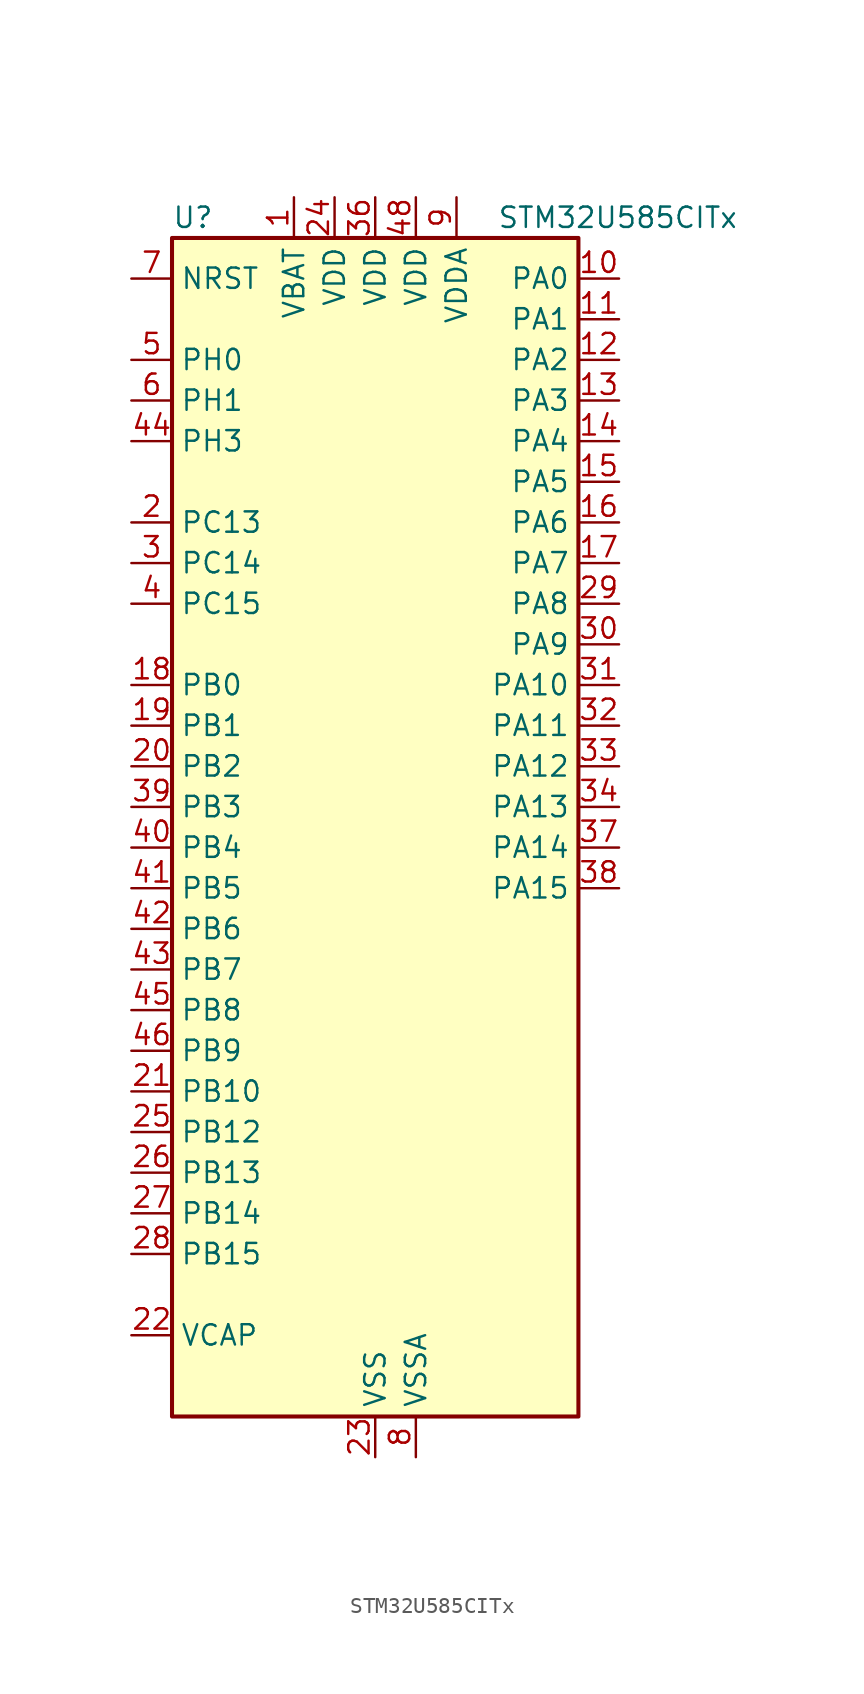
<source format=kicad_sym>
(kicad_symbol_lib
  (version 20220914)
  (generator kicad_symbol_editor)
  (symbol "STM32U585CITx"
    (property "Reference" "U"
      (at -12.7 39.37 0)
      (effects (font (size 1.27 1.27)) (justify left)))
    (property "Value" "STM32U585CITx"
      (at 7.62 39.37 0)
      (effects (font (size 1.27 1.27)) (justify left)))
    (property "ki_locked" ""
      (at 0 0 0)
      (effects (font (size 1.27 1.27))))
    (symbol "STM32U585CITx_0_1"
      (rectangle (start -12.7 -35.56) (end 12.7 38.1) (stroke (width 0.254) (type default)) (fill (type background))))
    (symbol "STM32U585CITx_1_1"
      (pin power_in line (at -5.08 40.64 270) (length 2.54) (name "VBAT" (effects (font (size 1.27 1.27)))) (number "1" (effects (font (size 1.27 1.27)))))
      (pin bidirectional line (at 15.24 35.56 180) (length 2.54) (name "PA0" (effects (font (size 1.27 1.27)))) (number "10" (effects (font (size 1.27 1.27)))) (alternate "ADC1_IN5" bidirectional line) (alternate "AUDIOCLK" bidirectional line) (alternate "OCTOSPIM_P2_NCS" bidirectional line) (alternate "OPAMP1_VINP" bidirectional line) (alternate "PWR_WKUP1" bidirectional line) (alternate "SPI3_RDY" bidirectional line) (alternate "TAMP_IN2" bidirectional line) (alternate "TAMP_OUT1" bidirectional line) (alternate "TIM2_CH1" bidirectional line) (alternate "TIM2_ETR" bidirectional line) (alternate "TIM5_CH1" bidirectional line) (alternate "TIM8_ETR" bidirectional line) (alternate "UART4_TX" bidirectional line) (alternate "USART2_CTS" bidirectional line))
      (pin bidirectional line (at 15.24 33.02 180) (length 2.54) (name "PA1" (effects (font (size 1.27 1.27)))) (number "11" (effects (font (size 1.27 1.27)))) (alternate "ADC1_IN6" bidirectional line) (alternate "I2C1_SMBA" bidirectional line) (alternate "LPTIM1_CH2" bidirectional line) (alternate "OCTOSPIM_P1_DQS" bidirectional line) (alternate "OPAMP1_VINM" bidirectional line) (alternate "PWR_WKUP3" bidirectional line) (alternate "SPI1_SCK" bidirectional line) (alternate "TAMP_IN5" bidirectional line) (alternate "TAMP_OUT4" bidirectional line) (alternate "TIM15_CH1N" bidirectional line) (alternate "TIM2_CH2" bidirectional line) (alternate "TIM5_CH2" bidirectional line) (alternate "UART4_RX" bidirectional line) (alternate "USART2_DE" bidirectional line) (alternate "USART2_RTS" bidirectional line))
      (pin bidirectional line (at 15.24 30.48 180) (length 2.54) (name "PA2" (effects (font (size 1.27 1.27)))) (number "12" (effects (font (size 1.27 1.27)))) (alternate "ADC1_IN7" bidirectional line) (alternate "COMP1_INP" bidirectional line) (alternate "LPUART1_TX" bidirectional line) (alternate "OCTOSPIM_P1_NCS" bidirectional line) (alternate "PWR_WKUP4" bidirectional line) (alternate "RCC_LSCO" bidirectional line) (alternate "SPI1_RDY" bidirectional line) (alternate "TIM15_CH1" bidirectional line) (alternate "TIM2_CH3" bidirectional line) (alternate "TIM5_CH3" bidirectional line) (alternate "UCPD1_FRSTX1" bidirectional line) (alternate "USART2_TX" bidirectional line))
      (pin bidirectional line (at 15.24 27.94 180) (length 2.54) (name "PA3" (effects (font (size 1.27 1.27)))) (number "13" (effects (font (size 1.27 1.27)))) (alternate "ADC1_IN8" bidirectional line) (alternate "LPUART1_RX" bidirectional line) (alternate "OCTOSPIM_P1_CLK" bidirectional line) (alternate "OPAMP1_VOUT" bidirectional line) (alternate "PWR_WKUP5" bidirectional line) (alternate "SAI1_CK1" bidirectional line) (alternate "SAI1_MCLK_A" bidirectional line) (alternate "TIM15_CH2" bidirectional line) (alternate "TIM2_CH4" bidirectional line) (alternate "TIM5_CH4" bidirectional line) (alternate "USART2_RX" bidirectional line))
      (pin bidirectional line (at 15.24 25.4 180) (length 2.54) (name "PA4" (effects (font (size 1.27 1.27)))) (number "14" (effects (font (size 1.27 1.27)))) (alternate "ADC1_IN9" bidirectional line) (alternate "ADC4_IN9" bidirectional line) (alternate "DAC1_OUT1" bidirectional line) (alternate "LPTIM2_CH1" bidirectional line) (alternate "OCTOSPIM_P1_NCS" bidirectional line) (alternate "PWR_WKUP2" bidirectional line) (alternate "SAI1_FS_B" bidirectional line) (alternate "SPI1_NSS" bidirectional line) (alternate "SPI3_NSS" bidirectional line) (alternate "USART2_CK" bidirectional line))
      (pin bidirectional line (at 15.24 22.86 180) (length 2.54) (name "PA5" (effects (font (size 1.27 1.27)))) (number "15" (effects (font (size 1.27 1.27)))) (alternate "ADC1_IN10" bidirectional line) (alternate "ADC4_IN10" bidirectional line) (alternate "DAC1_OUT2" bidirectional line) (alternate "LPTIM2_ETR" bidirectional line) (alternate "PWR_CSLEEP" bidirectional line) (alternate "PWR_WKUP6" bidirectional line) (alternate "SPI1_SCK" bidirectional line) (alternate "TIM2_CH1" bidirectional line) (alternate "TIM2_ETR" bidirectional line) (alternate "TIM8_CH1N" bidirectional line) (alternate "USART3_RX" bidirectional line))
      (pin bidirectional line (at 15.24 20.32 180) (length 2.54) (name "PA6" (effects (font (size 1.27 1.27)))) (number "16" (effects (font (size 1.27 1.27)))) (alternate "ADC1_IN11" bidirectional line) (alternate "ADC4_IN11" bidirectional line) (alternate "LPUART1_CTS" bidirectional line) (alternate "OCTOSPIM_P1_IO3" bidirectional line) (alternate "OPAMP2_VINP" bidirectional line) (alternate "PWR_CDSTOP" bidirectional line) (alternate "PWR_WKUP7" bidirectional line) (alternate "SPI1_MISO" bidirectional line) (alternate "TIM16_CH1" bidirectional line) (alternate "TIM1_BKIN" bidirectional line) (alternate "TIM3_CH1" bidirectional line) (alternate "TIM8_BKIN" bidirectional line) (alternate "USART3_CTS" bidirectional line))
      (pin bidirectional line (at 15.24 17.78 180) (length 2.54) (name "PA7" (effects (font (size 1.27 1.27)))) (number "17" (effects (font (size 1.27 1.27)))) (alternate "ADC1_IN12" bidirectional line) (alternate "ADC4_IN20" bidirectional line) (alternate "I2C3_SCL" bidirectional line) (alternate "LPTIM2_CH2" bidirectional line) (alternate "OCTOSPIM_P1_IO2" bidirectional line) (alternate "OPAMP2_VINM" bidirectional line) (alternate "PWR_SRDSTOP" bidirectional line) (alternate "PWR_WKUP8" bidirectional line) (alternate "SPI1_MOSI" bidirectional line) (alternate "TIM17_CH1" bidirectional line) (alternate "TIM1_CH1N" bidirectional line) (alternate "TIM3_CH2" bidirectional line) (alternate "TIM8_CH1N" bidirectional line) (alternate "USART3_TX" bidirectional line))
      (pin bidirectional line (at -15.24 10.16 0) (length 2.54) (name "PB0" (effects (font (size 1.27 1.27)))) (number "18" (effects (font (size 1.27 1.27)))) (alternate "ADC1_IN15" bidirectional line) (alternate "ADC4_IN18" bidirectional line) (alternate "AUDIOCLK" bidirectional line) (alternate "COMP1_OUT" bidirectional line) (alternate "LPTIM3_CH1" bidirectional line) (alternate "OCTOSPIM_P1_IO1" bidirectional line) (alternate "OPAMP2_VOUT" bidirectional line) (alternate "SPI1_NSS" bidirectional line) (alternate "TIM1_CH2N" bidirectional line) (alternate "TIM3_CH3" bidirectional line) (alternate "TIM8_CH2N" bidirectional line) (alternate "USART3_CK" bidirectional line))
      (pin bidirectional line (at -15.24 7.62 0) (length 2.54) (name "PB1" (effects (font (size 1.27 1.27)))) (number "19" (effects (font (size 1.27 1.27)))) (alternate "ADC1_IN16" bidirectional line) (alternate "ADC4_IN19" bidirectional line) (alternate "COMP1_INM" bidirectional line) (alternate "LPTIM2_IN1" bidirectional line) (alternate "LPTIM3_CH2" bidirectional line) (alternate "LPUART1_DE" bidirectional line) (alternate "LPUART1_RTS" bidirectional line) (alternate "MDF1_SDI0" bidirectional line) (alternate "OCTOSPIM_P1_IO0" bidirectional line) (alternate "PWR_WKUP4" bidirectional line) (alternate "TIM1_CH3N" bidirectional line) (alternate "TIM3_CH4" bidirectional line) (alternate "TIM8_CH3N" bidirectional line) (alternate "USART3_DE" bidirectional line) (alternate "USART3_RTS" bidirectional line))
      (pin bidirectional line (at -15.24 20.32 0) (length 2.54) (name "PC13" (effects (font (size 1.27 1.27)))) (number "2" (effects (font (size 1.27 1.27)))) (alternate "PWR_WKUP2" bidirectional line) (alternate "RTC_OUT1" bidirectional line) (alternate "RTC_TS" bidirectional line) (alternate "TAMP_IN1" bidirectional line) (alternate "TAMP_OUT2" bidirectional line))
      (pin bidirectional line (at -15.24 5.08 0) (length 2.54) (name "PB2" (effects (font (size 1.27 1.27)))) (number "20" (effects (font (size 1.27 1.27)))) (alternate "ADC1_IN17" bidirectional line) (alternate "COMP1_INP" bidirectional line) (alternate "I2C3_SMBA" bidirectional line) (alternate "LPTIM1_CH1" bidirectional line) (alternate "MDF1_CKI0" bidirectional line) (alternate "OCTOSPIM_P1_DQS" bidirectional line) (alternate "PWR_WKUP1" bidirectional line) (alternate "RTC_OUT2" bidirectional line) (alternate "SPI1_RDY" bidirectional line) (alternate "TIM8_CH4N" bidirectional line) (alternate "UCPD1_FRSTX1" bidirectional line))
      (pin bidirectional line (at -15.24 -15.24 0) (length 2.54) (name "PB10" (effects (font (size 1.27 1.27)))) (number "21" (effects (font (size 1.27 1.27)))) (alternate "COMP1_OUT" bidirectional line) (alternate "I2C2_SCL" bidirectional line) (alternate "I2C4_SCL" bidirectional line) (alternate "LPTIM3_CH1" bidirectional line) (alternate "LPUART1_RX" bidirectional line) (alternate "OCTOSPIM_P1_CLK" bidirectional line) (alternate "PWR_WKUP8" bidirectional line) (alternate "SAI1_SCK_A" bidirectional line) (alternate "SPI2_SCK" bidirectional line) (alternate "TIM2_CH3" bidirectional line) (alternate "TSC_SYNC" bidirectional line) (alternate "USART3_TX" bidirectional line))
      (pin power_out line (at -15.24 -30.48 0) (length 2.54) (name "VCAP" (effects (font (size 1.27 1.27)))) (number "22" (effects (font (size 1.27 1.27)))))
      (pin power_in line (at 0 -38.1 90) (length 2.54) (name "VSS" (effects (font (size 1.27 1.27)))) (number "23" (effects (font (size 1.27 1.27)))))
      (pin power_in line (at -2.54 40.64 270) (length 2.54) (name "VDD" (effects (font (size 1.27 1.27)))) (number "24" (effects (font (size 1.27 1.27)))))
      (pin bidirectional line (at -15.24 -17.78 0) (length 2.54) (name "PB12" (effects (font (size 1.27 1.27)))) (number "25" (effects (font (size 1.27 1.27)))) (alternate "I2C2_SMBA" bidirectional line) (alternate "LPUART1_DE" bidirectional line) (alternate "LPUART1_RTS" bidirectional line) (alternate "MDF1_SDI1" bidirectional line) (alternate "OCTOSPIM_P1_NCLK" bidirectional line) (alternate "SPI2_NSS" bidirectional line) (alternate "TIM15_BKIN" bidirectional line) (alternate "TIM1_BKIN" bidirectional line) (alternate "TSC_G1_IO1" bidirectional line) (alternate "USART3_CK" bidirectional line))
      (pin bidirectional line (at -15.24 -20.32 0) (length 2.54) (name "PB13" (effects (font (size 1.27 1.27)))) (number "26" (effects (font (size 1.27 1.27)))) (alternate "I2C2_SCL" bidirectional line) (alternate "LPTIM3_IN1" bidirectional line) (alternate "LPUART1_CTS" bidirectional line) (alternate "MDF1_CKI1" bidirectional line) (alternate "SPI2_SCK" bidirectional line) (alternate "TIM15_CH1N" bidirectional line) (alternate "TIM1_CH1N" bidirectional line) (alternate "TSC_G1_IO2" bidirectional line) (alternate "USART3_CTS" bidirectional line))
      (pin bidirectional line (at -15.24 -22.86 0) (length 2.54) (name "PB14" (effects (font (size 1.27 1.27)))) (number "27" (effects (font (size 1.27 1.27)))) (alternate "I2C2_SDA" bidirectional line) (alternate "LPTIM3_ETR" bidirectional line) (alternate "MDF1_SDI2" bidirectional line) (alternate "SPI2_MISO" bidirectional line) (alternate "TIM15_CH1" bidirectional line) (alternate "TIM1_CH2N" bidirectional line) (alternate "TIM8_CH2N" bidirectional line) (alternate "TSC_G1_IO3" bidirectional line) (alternate "UCPD1_DBCC2" bidirectional line) (alternate "USART3_DE" bidirectional line) (alternate "USART3_RTS" bidirectional line))
      (pin bidirectional line (at -15.24 -25.4 0) (length 2.54) (name "PB15" (effects (font (size 1.27 1.27)))) (number "28" (effects (font (size 1.27 1.27)))) (alternate "ADC1_EXTI15" bidirectional line) (alternate "ADC4_EXTI15" bidirectional line) (alternate "LPTIM2_IN2" bidirectional line) (alternate "MDF1_CKI2" bidirectional line) (alternate "PWR_WKUP7" bidirectional line) (alternate "RTC_REFIN" bidirectional line) (alternate "SPI2_MOSI" bidirectional line) (alternate "TIM15_CH2" bidirectional line) (alternate "TIM1_CH3N" bidirectional line) (alternate "TIM8_CH3N" bidirectional line) (alternate "UCPD1_CC2" bidirectional line))
      (pin bidirectional line (at 15.24 15.24 180) (length 2.54) (name "PA8" (effects (font (size 1.27 1.27)))) (number "29" (effects (font (size 1.27 1.27)))) (alternate "DEBUG_TRACECLK" bidirectional line) (alternate "LPTIM2_CH1" bidirectional line) (alternate "RCC_MCO" bidirectional line) (alternate "SAI1_CK2" bidirectional line) (alternate "SAI1_SCK_A" bidirectional line) (alternate "SPI1_RDY" bidirectional line) (alternate "TIM1_CH1" bidirectional line) (alternate "USART1_CK" bidirectional line) (alternate "USB_OTG_FS_SOF" bidirectional line))
      (pin bidirectional line (at -15.24 17.78 0) (length 2.54) (name "PC14" (effects (font (size 1.27 1.27)))) (number "3" (effects (font (size 1.27 1.27)))) (alternate "RCC_OSC32_IN" bidirectional line))
      (pin bidirectional line (at 15.24 12.7 180) (length 2.54) (name "PA9" (effects (font (size 1.27 1.27)))) (number "30" (effects (font (size 1.27 1.27)))) (alternate "DAC1_EXTI9" bidirectional line) (alternate "SAI1_FS_A" bidirectional line) (alternate "SPI2_SCK" bidirectional line) (alternate "TIM15_BKIN" bidirectional line) (alternate "TIM1_CH2" bidirectional line) (alternate "USART1_TX" bidirectional line) (alternate "USB_OTG_FS_VBUS" bidirectional line))
      (pin bidirectional line (at 15.24 10.16 180) (length 2.54) (name "PA10" (effects (font (size 1.27 1.27)))) (number "31" (effects (font (size 1.27 1.27)))) (alternate "CRS_SYNC" bidirectional line) (alternate "LPTIM2_IN2" bidirectional line) (alternate "SAI1_D1" bidirectional line) (alternate "SAI1_SD_A" bidirectional line) (alternate "TIM17_BKIN" bidirectional line) (alternate "TIM1_CH3" bidirectional line) (alternate "USART1_RX" bidirectional line) (alternate "USB_OTG_FS_ID" bidirectional line))
      (pin bidirectional line (at 15.24 7.62 180) (length 2.54) (name "PA11" (effects (font (size 1.27 1.27)))) (number "32" (effects (font (size 1.27 1.27)))) (alternate "ADC1_EXTI11" bidirectional line) (alternate "FDCAN1_RX" bidirectional line) (alternate "SPI1_MISO" bidirectional line) (alternate "TIM1_BKIN2" bidirectional line) (alternate "TIM1_CH4" bidirectional line) (alternate "USART1_CTS" bidirectional line) (alternate "USB_OTG_FS_DM" bidirectional line))
      (pin bidirectional line (at 15.24 5.08 180) (length 2.54) (name "PA12" (effects (font (size 1.27 1.27)))) (number "33" (effects (font (size 1.27 1.27)))) (alternate "FDCAN1_TX" bidirectional line) (alternate "OCTOSPIM_P2_NCS" bidirectional line) (alternate "SPI1_MOSI" bidirectional line) (alternate "TIM1_ETR" bidirectional line) (alternate "USART1_DE" bidirectional line) (alternate "USART1_RTS" bidirectional line) (alternate "USB_OTG_FS_DP" bidirectional line))
      (pin bidirectional line (at 15.24 2.54 180) (length 2.54) (name "PA13" (effects (font (size 1.27 1.27)))) (number "34" (effects (font (size 1.27 1.27)))) (alternate "DEBUG_JTMS-SWDIO" bidirectional line) (alternate "IR_OUT" bidirectional line) (alternate "SAI1_SD_B" bidirectional line) (alternate "USB_OTG_FS_NOE" bidirectional line))
      (pin passive line (at 0 -38.1 90) (length 2.54) hide (name "VSS" (effects (font (size 1.27 1.27)))) (number "35" (effects (font (size 1.27 1.27)))))
      (pin power_in line (at 0 40.64 270) (length 2.54) (name "VDD" (effects (font (size 1.27 1.27)))) (number "36" (effects (font (size 1.27 1.27)))))
      (pin bidirectional line (at 15.24 0 180) (length 2.54) (name "PA14" (effects (font (size 1.27 1.27)))) (number "37" (effects (font (size 1.27 1.27)))) (alternate "DEBUG_JTCK-SWCLK" bidirectional line) (alternate "I2C1_SMBA" bidirectional line) (alternate "I2C4_SMBA" bidirectional line) (alternate "LPTIM1_CH1" bidirectional line) (alternate "SAI1_FS_B" bidirectional line) (alternate "USB_OTG_FS_SOF" bidirectional line))
      (pin bidirectional line (at 15.24 -2.54 180) (length 2.54) (name "PA15" (effects (font (size 1.27 1.27)))) (number "38" (effects (font (size 1.27 1.27)))) (alternate "ADC1_EXTI15" bidirectional line) (alternate "ADC4_EXTI15" bidirectional line) (alternate "DEBUG_JTDI" bidirectional line) (alternate "SPI1_NSS" bidirectional line) (alternate "SPI3_NSS" bidirectional line) (alternate "TIM2_CH1" bidirectional line) (alternate "TIM2_ETR" bidirectional line) (alternate "UART4_DE" bidirectional line) (alternate "UART4_RTS" bidirectional line) (alternate "UCPD1_CC1" bidirectional line) (alternate "USART2_RX" bidirectional line) (alternate "USART3_DE" bidirectional line) (alternate "USART3_RTS" bidirectional line))
      (pin bidirectional line (at -15.24 2.54 0) (length 2.54) (name "PB3" (effects (font (size 1.27 1.27)))) (number "39" (effects (font (size 1.27 1.27)))) (alternate "ADF1_CCK0" bidirectional line) (alternate "COMP2_INM" bidirectional line) (alternate "CRS_SYNC" bidirectional line) (alternate "DEBUG_JTDO-SWO" bidirectional line) (alternate "I2C1_SDA" bidirectional line) (alternate "LPTIM1_CH1" bidirectional line) (alternate "SAI1_SCK_B" bidirectional line) (alternate "SPI1_SCK" bidirectional line) (alternate "SPI3_SCK" bidirectional line) (alternate "TIM2_CH2" bidirectional line) (alternate "USART1_DE" bidirectional line) (alternate "USART1_RTS" bidirectional line))
      (pin bidirectional line (at -15.24 15.24 0) (length 2.54) (name "PC15" (effects (font (size 1.27 1.27)))) (number "4" (effects (font (size 1.27 1.27)))) (alternate "ADC1_EXTI15" bidirectional line) (alternate "ADC4_EXTI15" bidirectional line) (alternate "RCC_OSC32_OUT" bidirectional line))
      (pin bidirectional line (at -15.24 0 0) (length 2.54) (name "PB4" (effects (font (size 1.27 1.27)))) (number "40" (effects (font (size 1.27 1.27)))) (alternate "ADF1_SDI0" bidirectional line) (alternate "COMP2_INP" bidirectional line) (alternate "DEBUG_JTRST" bidirectional line) (alternate "I2C3_SDA" bidirectional line) (alternate "LPTIM1_CH2" bidirectional line) (alternate "SAI1_MCLK_B" bidirectional line) (alternate "SPI1_MISO" bidirectional line) (alternate "SPI3_MISO" bidirectional line) (alternate "TIM17_BKIN" bidirectional line) (alternate "TIM3_CH1" bidirectional line) (alternate "TSC_G2_IO1" bidirectional line) (alternate "USART1_CTS" bidirectional line))
      (pin bidirectional line (at -15.24 -2.54 0) (length 2.54) (name "PB5" (effects (font (size 1.27 1.27)))) (number "41" (effects (font (size 1.27 1.27)))) (alternate "COMP2_OUT" bidirectional line) (alternate "I2C1_SMBA" bidirectional line) (alternate "LPTIM1_IN1" bidirectional line) (alternate "OCTOSPIM_P1_NCLK" bidirectional line) (alternate "PWR_WKUP6" bidirectional line) (alternate "SAI1_SD_B" bidirectional line) (alternate "SPI1_MOSI" bidirectional line) (alternate "SPI3_MOSI" bidirectional line) (alternate "TIM16_BKIN" bidirectional line) (alternate "TIM3_CH2" bidirectional line) (alternate "TSC_G2_IO2" bidirectional line) (alternate "UCPD1_DBCC1" bidirectional line) (alternate "USART1_CK" bidirectional line))
      (pin bidirectional line (at -15.24 -5.08 0) (length 2.54) (name "PB6" (effects (font (size 1.27 1.27)))) (number "42" (effects (font (size 1.27 1.27)))) (alternate "COMP2_INP" bidirectional line) (alternate "I2C1_SCL" bidirectional line) (alternate "I2C4_SCL" bidirectional line) (alternate "LPTIM1_ETR" bidirectional line) (alternate "MDF1_SDI5" bidirectional line) (alternate "PWR_WKUP3" bidirectional line) (alternate "SAI1_FS_B" bidirectional line) (alternate "TIM16_CH1N" bidirectional line) (alternate "TIM4_CH1" bidirectional line) (alternate "TIM8_BKIN2" bidirectional line) (alternate "TSC_G2_IO3" bidirectional line) (alternate "USART1_TX" bidirectional line))
      (pin bidirectional line (at -15.24 -7.62 0) (length 2.54) (name "PB7" (effects (font (size 1.27 1.27)))) (number "43" (effects (font (size 1.27 1.27)))) (alternate "COMP2_INM" bidirectional line) (alternate "I2C1_SDA" bidirectional line) (alternate "I2C4_SDA" bidirectional line) (alternate "LPTIM1_IN2" bidirectional line) (alternate "MDF1_CKI5" bidirectional line) (alternate "PWR_PVD_IN" bidirectional line) (alternate "PWR_WKUP4" bidirectional line) (alternate "TIM17_CH1N" bidirectional line) (alternate "TIM4_CH2" bidirectional line) (alternate "TIM8_BKIN" bidirectional line) (alternate "TSC_G2_IO4" bidirectional line) (alternate "UART4_CTS" bidirectional line) (alternate "USART1_RX" bidirectional line))
      (pin bidirectional line (at -15.24 25.4 0) (length 2.54) (name "PH3" (effects (font (size 1.27 1.27)))) (number "44" (effects (font (size 1.27 1.27)))))
      (pin bidirectional line (at -15.24 -10.16 0) (length 2.54) (name "PB8" (effects (font (size 1.27 1.27)))) (number "45" (effects (font (size 1.27 1.27)))) (alternate "FDCAN1_RX" bidirectional line) (alternate "I2C1_SCL" bidirectional line) (alternate "MDF1_CCK0" bidirectional line) (alternate "PWR_WKUP5" bidirectional line) (alternate "SAI1_CK1" bidirectional line) (alternate "SAI1_MCLK_A" bidirectional line) (alternate "SPI3_RDY" bidirectional line) (alternate "TIM16_CH1" bidirectional line) (alternate "TIM4_CH3" bidirectional line))
      (pin bidirectional line (at -15.24 -12.7 0) (length 2.54) (name "PB9" (effects (font (size 1.27 1.27)))) (number "46" (effects (font (size 1.27 1.27)))) (alternate "DAC1_EXTI9" bidirectional line) (alternate "FDCAN1_TX" bidirectional line) (alternate "I2C1_SDA" bidirectional line) (alternate "IR_OUT" bidirectional line) (alternate "SAI1_D2" bidirectional line) (alternate "SAI1_FS_A" bidirectional line) (alternate "SPI2_NSS" bidirectional line) (alternate "TIM17_CH1" bidirectional line) (alternate "TIM4_CH4" bidirectional line))
      (pin passive line (at 0 -38.1 90) (length 2.54) hide (name "VSS" (effects (font (size 1.27 1.27)))) (number "47" (effects (font (size 1.27 1.27)))))
      (pin power_in line (at 2.54 40.64 270) (length 2.54) (name "VDD" (effects (font (size 1.27 1.27)))) (number "48" (effects (font (size 1.27 1.27)))))
      (pin bidirectional line (at -15.24 30.48 0) (length 2.54) (name "PH0" (effects (font (size 1.27 1.27)))) (number "5" (effects (font (size 1.27 1.27)))) (alternate "RCC_OSC_IN" bidirectional line))
      (pin bidirectional line (at -15.24 27.94 0) (length 2.54) (name "PH1" (effects (font (size 1.27 1.27)))) (number "6" (effects (font (size 1.27 1.27)))) (alternate "RCC_OSC_OUT" bidirectional line))
      (pin input line (at -15.24 35.56 0) (length 2.54) (name "NRST" (effects (font (size 1.27 1.27)))) (number "7" (effects (font (size 1.27 1.27)))))
      (pin power_in line (at 2.54 -38.1 90) (length 2.54) (name "VSSA" (effects (font (size 1.27 1.27)))) (number "8" (effects (font (size 1.27 1.27)))))
      (pin power_in line (at 5.08 40.64 270) (length 2.54) (name "VDDA" (effects (font (size 1.27 1.27)))) (number "9" (effects (font (size 1.27 1.27))))))))
</source>
